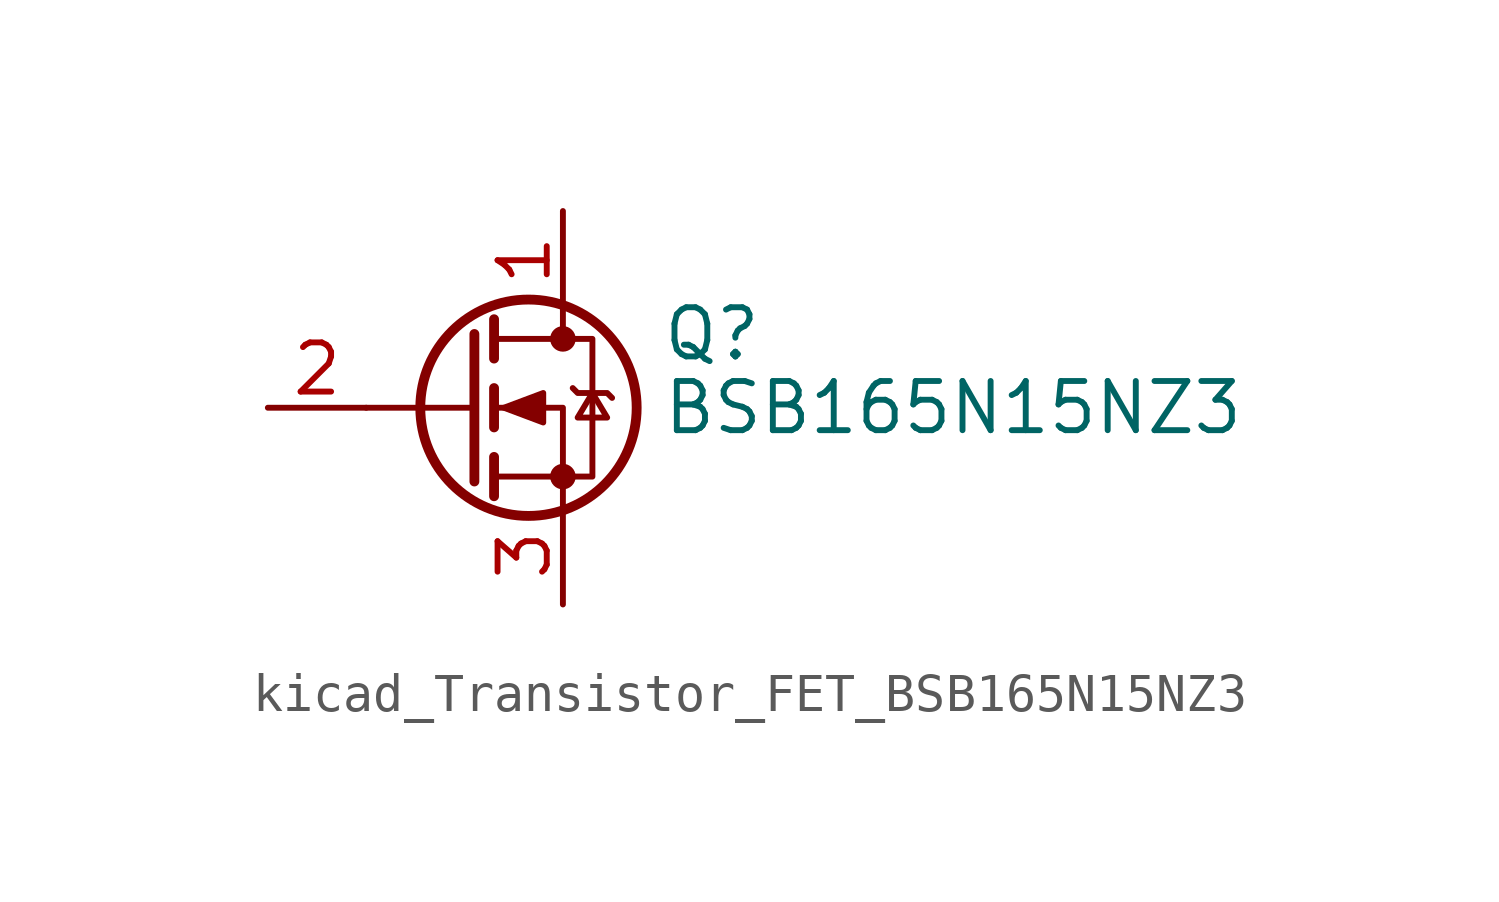
<source format=kicad_sym>
(kicad_symbol_lib
  (version 20220914)
  (generator kicad_symbol_editor)
  (symbol "kicad_Transistor_FET_BSB165N15NZ3"
    (pin_names hide)
    (property "Reference" "Q"
      (at 5.08 1.905 0)
      (effects (font (size 1.27 1.27)) (justify left)))
    (property "Value" "BSB165N15NZ3"
      (at 5.08 0 0)
      (effects (font (size 1.27 1.27)) (justify left)))
    (symbol "kicad_Transistor_FET_BSB165N15NZ3_0_1"
      (polyline (pts (xy 0.254 0) (xy -2.54 0)) (stroke (width 0) (type default)) (fill (type none)))
      (polyline (pts (xy 0.254 1.905) (xy 0.254 -1.905)) (stroke (width 0.254) (type default)) (fill (type none)))
      (polyline (pts (xy 0.762 -1.27) (xy 0.762 -2.286)) (stroke (width 0.254) (type default)) (fill (type none)))
      (polyline (pts (xy 0.762 0.508) (xy 0.762 -0.508)) (stroke (width 0.254) (type default)) (fill (type none)))
      (polyline (pts (xy 0.762 2.286) (xy 0.762 1.27)) (stroke (width 0.254) (type default)) (fill (type none)))
      (polyline (pts (xy 2.54 2.54) (xy 2.54 1.778)) (stroke (width 0) (type default)) (fill (type none)))
      (polyline (pts (xy 2.54 -2.54) (xy 2.54 0) (xy 0.762 0)) (stroke (width 0) (type default)) (fill (type none)))
      (polyline (pts (xy 0.762 -1.778) (xy 3.302 -1.778) (xy 3.302 1.778) (xy 0.762 1.778)) (stroke (width 0) (type default)) (fill (type none)))
      (polyline (pts (xy 1.016 0) (xy 2.032 0.381) (xy 2.032 -0.381) (xy 1.016 0)) (stroke (width 0) (type default)) (fill (type outline)))
      (polyline (pts (xy 2.794 0.508) (xy 2.921 0.381) (xy 3.683 0.381) (xy 3.81 0.254)) (stroke (width 0) (type default)) (fill (type none)))
      (polyline (pts (xy 3.302 0.381) (xy 2.921 -0.254) (xy 3.683 -0.254) (xy 3.302 0.381)) (stroke (width 0) (type default)) (fill (type none)))
      (circle (center 1.651 0) (radius 2.794) (stroke (width 0.254) (type default)) (fill (type none)))
      (circle (center 2.54 -1.778) (radius 0.254) (stroke (width 0) (type default)) (fill (type outline)))
      (circle (center 2.54 1.778) (radius 0.254) (stroke (width 0) (type default)) (fill (type outline))))
    (symbol "kicad_Transistor_FET_BSB165N15NZ3_1_1"
      (pin passive line (at 2.54 5.08 270) (length 2.54) (name "D" (effects (font (size 1.27 1.27)))) (number "1" (effects (font (size 1.27 1.27)))))
      (pin input line (at -5.08 0 0) (length 2.54) (name "G" (effects (font (size 1.27 1.27)))) (number "2" (effects (font (size 1.27 1.27)))))
      (pin passive line (at 2.54 -5.08 90) (length 2.54) (name "S" (effects (font (size 1.27 1.27)))) (number "3" (effects (font (size 1.27 1.27))))))))
</source>
